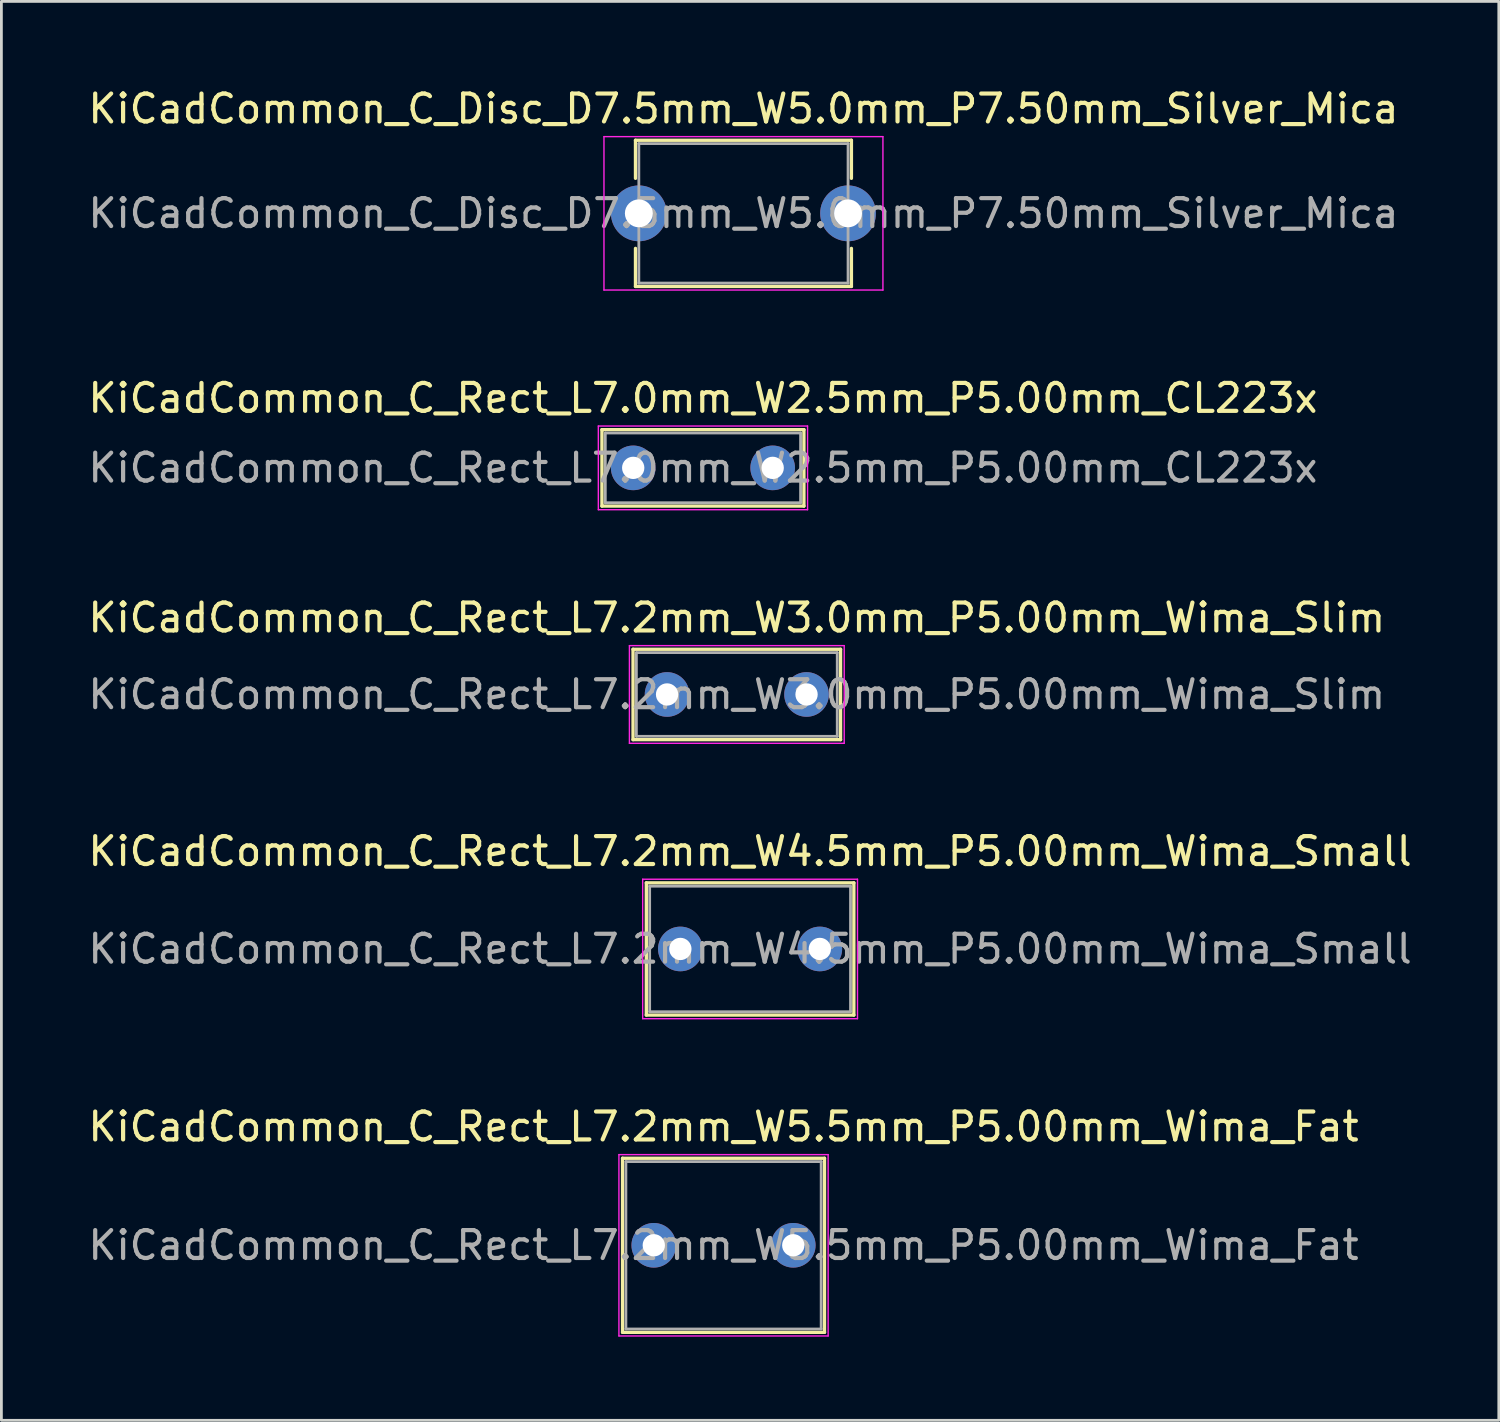
<source format=kicad_pcb>
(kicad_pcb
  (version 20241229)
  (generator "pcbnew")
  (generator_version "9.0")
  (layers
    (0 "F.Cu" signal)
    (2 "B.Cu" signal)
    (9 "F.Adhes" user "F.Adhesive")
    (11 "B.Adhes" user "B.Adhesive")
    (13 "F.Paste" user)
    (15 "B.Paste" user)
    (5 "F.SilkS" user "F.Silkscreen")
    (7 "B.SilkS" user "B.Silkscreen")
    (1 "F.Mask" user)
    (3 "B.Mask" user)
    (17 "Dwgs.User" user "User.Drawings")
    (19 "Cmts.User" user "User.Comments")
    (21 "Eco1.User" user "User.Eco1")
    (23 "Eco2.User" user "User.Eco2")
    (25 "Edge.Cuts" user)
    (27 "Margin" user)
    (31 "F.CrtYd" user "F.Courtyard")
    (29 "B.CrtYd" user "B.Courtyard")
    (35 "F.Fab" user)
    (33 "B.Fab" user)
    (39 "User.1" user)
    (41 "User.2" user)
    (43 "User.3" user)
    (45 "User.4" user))
  (footprint "KiCadCommon_C_Rect_L7.2mm_W5.5mm_P5.00mm_Wima_Fat"
    (layer "F.Cu")
    (at 20.387 41.591)
    (property "Reference" "KiCadCommon_C_Rect_L7.2mm_W5.5mm_P5.00mm_Wima_Fat" (at 2.5 -4.25 0) (layer "F.SilkS") (effects (font (size 1 1) (thickness 0.15))))
    (attr through_hole)
    (fp_line (start -1.12 -3.12) (end -1.12 3.12) (stroke (width 0.12) (type solid)) (layer "F.SilkS"))
    (fp_line (start -1.12 -3.12) (end 6.12 -3.12) (stroke (width 0.12) (type solid)) (layer "F.SilkS"))
    (fp_line (start -1.12 3.12) (end 6.12 3.12) (stroke (width 0.12) (type solid)) (layer "F.SilkS"))
    (fp_line (start 6.12 -3.12) (end 6.12 3.12) (stroke (width 0.12) (type solid)) (layer "F.SilkS"))
    (fp_line (start -1.25 -3.25) (end -1.25 3.25) (stroke (width 0.05) (type solid)) (layer "F.CrtYd"))
    (fp_line (start -1.25 3.25) (end 6.25 3.25) (stroke (width 0.05) (type solid)) (layer "F.CrtYd"))
    (fp_line (start 6.25 -3.25) (end -1.25 -3.25) (stroke (width 0.05) (type solid)) (layer "F.CrtYd"))
    (fp_line (start 6.25 3.25) (end 6.25 -3.25) (stroke (width 0.05) (type solid)) (layer "F.CrtYd"))
    (fp_line (start -1 -3) (end -1 3) (stroke (width 0.1) (type solid)) (layer "F.Fab"))
    (fp_line (start -1 3) (end 6 3) (stroke (width 0.1) (type solid)) (layer "F.Fab"))
    (fp_line (start 6 -3) (end -1 -3) (stroke (width 0.1) (type solid)) (layer "F.Fab"))
    (fp_line (start 6 3) (end 6 -3) (stroke (width 0.1) (type solid)) (layer "F.Fab"))
    (fp_text user "${REFERENCE}" (at 2.5 0 0) (layer "F.Fab") (effects (font (size 1 1) (thickness 0.15))))
    (pad "1" thru_hole circle (at 0 0) (size 1.6 1.6) (drill 0.8) (layers "*.Cu" "*.Mask"))
    (pad "2" thru_hole circle (at 5 0) (size 1.6 1.6) (drill 0.8) (layers "*.Cu" "*.Mask")))
  (footprint "KiCadCommon_C_Disc_D7.5mm_W5.0mm_P7.50mm_Silver_Mica"
    (layer "F.Cu")
    (at 19.851 4.598)
    (property "Reference" "KiCadCommon_C_Disc_D7.5mm_W5.0mm_P7.50mm_Silver_Mica" (at 3.75 -3.75 0) (layer "F.SilkS") (effects (font (size 1 1) (thickness 0.15))))
    (attr through_hole)
    (fp_line (start -0.12 -2.62) (end -0.12 -1.256) (stroke (width 0.12) (type solid)) (layer "F.SilkS"))
    (fp_line (start -0.12 -2.62) (end 7.62 -2.62) (stroke (width 0.12) (type solid)) (layer "F.SilkS"))
    (fp_line (start -0.12 1.256) (end -0.12 2.62) (stroke (width 0.12) (type solid)) (layer "F.SilkS"))
    (fp_line (start -0.12 2.62) (end 7.62 2.62) (stroke (width 0.12) (type solid)) (layer "F.SilkS"))
    (fp_line (start 7.62 -2.62) (end 7.62 -1.256) (stroke (width 0.12) (type solid)) (layer "F.SilkS"))
    (fp_line (start 7.62 1.256) (end 7.62 2.62) (stroke (width 0.12) (type solid)) (layer "F.SilkS"))
    (fp_line (start -1.25 -2.75) (end -1.25 2.75) (stroke (width 0.05) (type solid)) (layer "F.CrtYd"))
    (fp_line (start -1.25 2.75) (end 8.75 2.75) (stroke (width 0.05) (type solid)) (layer "F.CrtYd"))
    (fp_line (start 8.75 -2.75) (end -1.25 -2.75) (stroke (width 0.05) (type solid)) (layer "F.CrtYd"))
    (fp_line (start 8.75 2.75) (end 8.75 -2.75) (stroke (width 0.05) (type solid)) (layer "F.CrtYd"))
    (fp_line (start 0 -2.5) (end 0 2.5) (stroke (width 0.1) (type solid)) (layer "F.Fab"))
    (fp_line (start 0 2.5) (end 7.5 2.5) (stroke (width 0.1) (type solid)) (layer "F.Fab"))
    (fp_line (start 7.5 -2.5) (end 0 -2.5) (stroke (width 0.1) (type solid)) (layer "F.Fab"))
    (fp_line (start 7.5 2.5) (end 7.5 -2.5) (stroke (width 0.1) (type solid)) (layer "F.Fab"))
    (fp_text user "${REFERENCE}" (at 3.75 0 0) (layer "F.Fab") (effects (font (size 1 1) (thickness 0.15))))
    (pad "1" thru_hole circle (at 0 0) (size 2 2) (drill 1) (layers "*.Cu" "*.Mask"))
    (pad "2" thru_hole circle (at 7.5 0) (size 2 2) (drill 1) (layers "*.Cu" "*.Mask")))
  (footprint "KiCadCommon_C_Rect_L7.0mm_W2.5mm_P5.00mm_CL223x"
    (layer "F.Cu")
    (at 19.649 13.722)
    (property "Reference" "KiCadCommon_C_Rect_L7.0mm_W2.5mm_P5.00mm_CL223x" (at 2.5 -2.5 0) (layer "F.SilkS") (effects (font (size 1 1) (thickness 0.15))))
    (attr through_hole)
    (fp_line (start -1.12 -1.37) (end -1.12 1.37) (stroke (width 0.12) (type solid)) (layer "F.SilkS"))
    (fp_line (start -1.12 -1.37) (end 6.12 -1.37) (stroke (width 0.12) (type solid)) (layer "F.SilkS"))
    (fp_line (start -1.12 1.37) (end 6.12 1.37) (stroke (width 0.12) (type solid)) (layer "F.SilkS"))
    (fp_line (start 6.12 -1.37) (end 6.12 1.37) (stroke (width 0.12) (type solid)) (layer "F.SilkS"))
    (fp_line (start -1.25 -1.5) (end -1.25 1.5) (stroke (width 0.05) (type solid)) (layer "F.CrtYd"))
    (fp_line (start -1.25 1.5) (end 6.25 1.5) (stroke (width 0.05) (type solid)) (layer "F.CrtYd"))
    (fp_line (start 6.25 -1.5) (end -1.25 -1.5) (stroke (width 0.05) (type solid)) (layer "F.CrtYd"))
    (fp_line (start 6.25 1.5) (end 6.25 -1.5) (stroke (width 0.05) (type solid)) (layer "F.CrtYd"))
    (fp_line (start -1 -1.25) (end -1 1.25) (stroke (width 0.1) (type solid)) (layer "F.Fab"))
    (fp_line (start -1 1.25) (end 6 1.25) (stroke (width 0.1) (type solid)) (layer "F.Fab"))
    (fp_line (start 6 -1.25) (end -1 -1.25) (stroke (width 0.1) (type solid)) (layer "F.Fab"))
    (fp_line (start 6 1.25) (end 6 -1.25) (stroke (width 0.1) (type solid)) (layer "F.Fab"))
    (fp_text user "${REFERENCE}" (at 2.5 0 0) (layer "F.Fab") (effects (font (size 1 1) (thickness 0.15))))
    (pad "1" thru_hole circle (at 0 0) (size 1.6 1.6) (drill 0.8) (layers "*.Cu" "*.Mask"))
    (pad "2" thru_hole circle (at 5 0) (size 1.6 1.6) (drill 0.8) (layers "*.Cu" "*.Mask")))
  (footprint "KiCadCommon_C_Rect_L7.2mm_W3.0mm_P5.00mm_Wima_Slim"
    (layer "F.Cu")
    (at 20.863 21.845)
    (property "Reference" "KiCadCommon_C_Rect_L7.2mm_W3.0mm_P5.00mm_Wima_Slim" (at 2.5 -2.75 0) (layer "F.SilkS") (effects (font (size 1 1) (thickness 0.15))))
    (attr through_hole)
    (fp_line (start -1.22 -1.62) (end -1.22 1.62) (stroke (width 0.12) (type solid)) (layer "F.SilkS"))
    (fp_line (start -1.22 -1.62) (end 6.22 -1.62) (stroke (width 0.12) (type solid)) (layer "F.SilkS"))
    (fp_line (start -1.22 1.62) (end 6.22 1.62) (stroke (width 0.12) (type solid)) (layer "F.SilkS"))
    (fp_line (start 6.22 -1.62) (end 6.22 1.62) (stroke (width 0.12) (type solid)) (layer "F.SilkS"))
    (fp_line (start -1.35 -1.75) (end -1.35 1.75) (stroke (width 0.05) (type solid)) (layer "F.CrtYd"))
    (fp_line (start -1.35 1.75) (end 6.35 1.75) (stroke (width 0.05) (type solid)) (layer "F.CrtYd"))
    (fp_line (start 6.35 -1.75) (end -1.35 -1.75) (stroke (width 0.05) (type solid)) (layer "F.CrtYd"))
    (fp_line (start 6.35 1.75) (end 6.35 -1.75) (stroke (width 0.05) (type solid)) (layer "F.CrtYd"))
    (fp_line (start -1.1 -1.5) (end -1.1 1.5) (stroke (width 0.1) (type solid)) (layer "F.Fab"))
    (fp_line (start -1.1 1.5) (end 6.1 1.5) (stroke (width 0.1) (type solid)) (layer "F.Fab"))
    (fp_line (start 6.1 -1.5) (end -1.1 -1.5) (stroke (width 0.1) (type solid)) (layer "F.Fab"))
    (fp_line (start 6.1 1.5) (end 6.1 -1.5) (stroke (width 0.1) (type solid)) (layer "F.Fab"))
    (fp_text user "${REFERENCE}" (at 2.5 0 0) (layer "F.Fab") (effects (font (size 1 1) (thickness 0.15))))
    (pad "1" thru_hole circle (at 0 0) (size 1.6 1.6) (drill 0.8) (layers "*.Cu" "*.Mask"))
    (pad "2" thru_hole circle (at 5 0) (size 1.6 1.6) (drill 0.8) (layers "*.Cu" "*.Mask")))
  (footprint "KiCadCommon_C_Rect_L7.2mm_W4.5mm_P5.00mm_Wima_Small"
    (layer "F.Cu")
    (at 21.339 30.968)
    (property "Reference" "KiCadCommon_C_Rect_L7.2mm_W4.5mm_P5.00mm_Wima_Small" (at 2.5 -3.5 0) (layer "F.SilkS") (effects (font (size 1 1) (thickness 0.15))))
    (attr through_hole)
    (fp_line (start -1.22 -2.37) (end -1.22 2.37) (stroke (width 0.12) (type solid)) (layer "F.SilkS"))
    (fp_line (start -1.22 -2.37) (end 6.22 -2.37) (stroke (width 0.12) (type solid)) (layer "F.SilkS"))
    (fp_line (start -1.22 2.37) (end 6.22 2.37) (stroke (width 0.12) (type solid)) (layer "F.SilkS"))
    (fp_line (start 6.22 -2.37) (end 6.22 2.37) (stroke (width 0.12) (type solid)) (layer "F.SilkS"))
    (fp_line (start -1.35 -2.5) (end -1.35 2.5) (stroke (width 0.05) (type solid)) (layer "F.CrtYd"))
    (fp_line (start -1.35 2.5) (end 6.35 2.5) (stroke (width 0.05) (type solid)) (layer "F.CrtYd"))
    (fp_line (start 6.35 -2.5) (end -1.35 -2.5) (stroke (width 0.05) (type solid)) (layer "F.CrtYd"))
    (fp_line (start 6.35 2.5) (end 6.35 -2.5) (stroke (width 0.05) (type solid)) (layer "F.CrtYd"))
    (fp_line (start -1.1 -2.25) (end -1.1 2.25) (stroke (width 0.1) (type solid)) (layer "F.Fab"))
    (fp_line (start -1.1 2.25) (end 6.1 2.25) (stroke (width 0.1) (type solid)) (layer "F.Fab"))
    (fp_line (start 6.1 -2.25) (end -1.1 -2.25) (stroke (width 0.1) (type solid)) (layer "F.Fab"))
    (fp_line (start 6.1 2.25) (end 6.1 -2.25) (stroke (width 0.1) (type solid)) (layer "F.Fab"))
    (fp_text user "${REFERENCE}" (at 2.5 0 0) (layer "F.Fab") (effects (font (size 1 1) (thickness 0.15))))
    (pad "1" thru_hole circle (at 0 0) (size 1.6 1.6) (drill 0.8) (layers "*.Cu" "*.Mask"))
    (pad "2" thru_hole circle (at 5 0) (size 1.6 1.6) (drill 0.8) (layers "*.Cu" "*.Mask")))
  (gr_rect
    (start -3 -3)
    (end 50.679 47.866)
    (stroke (width 0.1) (type default))
    (fill no)
    (layer "Edge.Cuts")))
</source>
